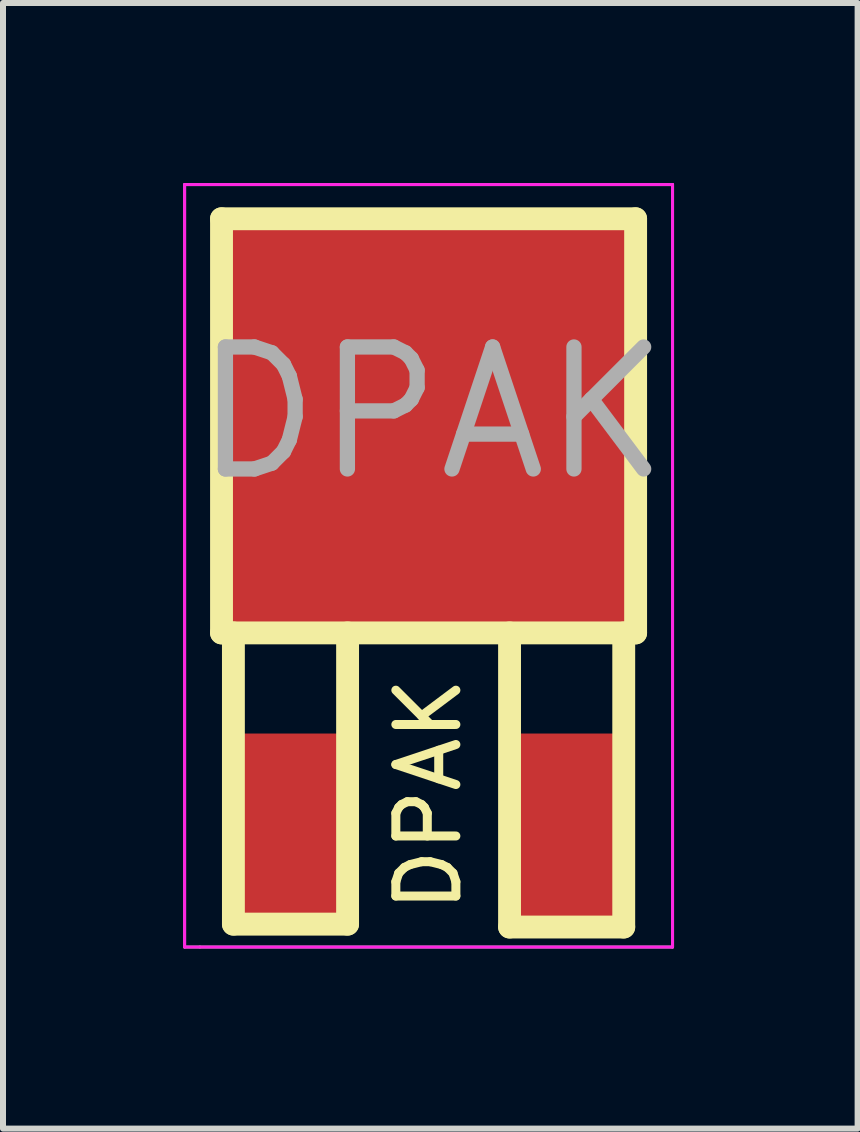
<source format=kicad_pcb>
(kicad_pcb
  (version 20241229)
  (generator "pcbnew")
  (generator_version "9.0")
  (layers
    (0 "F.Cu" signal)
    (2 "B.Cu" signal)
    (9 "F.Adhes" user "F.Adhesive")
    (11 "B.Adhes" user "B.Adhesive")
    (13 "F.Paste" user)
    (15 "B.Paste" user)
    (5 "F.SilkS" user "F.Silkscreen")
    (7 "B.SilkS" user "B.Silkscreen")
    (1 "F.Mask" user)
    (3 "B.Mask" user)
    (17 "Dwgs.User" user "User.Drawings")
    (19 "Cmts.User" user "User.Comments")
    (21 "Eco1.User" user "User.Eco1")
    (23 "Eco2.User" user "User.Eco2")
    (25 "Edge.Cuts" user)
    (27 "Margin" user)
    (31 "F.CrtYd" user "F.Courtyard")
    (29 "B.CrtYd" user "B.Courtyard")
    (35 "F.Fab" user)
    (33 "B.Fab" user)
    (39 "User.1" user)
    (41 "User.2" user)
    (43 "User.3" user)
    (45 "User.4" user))
  (footprint "DPAK"
    (layer "F.Cu")
    (at 4.089 10.693)
    (property "Reference" "DPAK" (at 0.051 -6.858 0) (layer "F.Fab") (effects (font (size 2.032 2.032) (thickness 0.254))))
    (attr smd)
    (fp_line (start -3.449 -10.099) (end 3.449 -10.099) (stroke (width 0.381) (type solid)) (layer "F.SilkS"))
    (fp_line (start -3.449 -3.2) (end -3.449 -10.099) (stroke (width 0.381) (type solid)) (layer "F.SilkS"))
    (fp_line (start -3.251 1.651) (end -3.251 -3.2) (stroke (width 0.381) (type solid)) (layer "F.SilkS"))
    (fp_line (start -3.251 1.651) (end -1.349 1.651) (stroke (width 0.381) (type solid)) (layer "F.SilkS"))
    (fp_line (start -1.349 1.651) (end -1.349 -3.2) (stroke (width 0.381) (type solid)) (layer "F.SilkS"))
    (fp_line (start 1.349 1.699) (end 1.349 -3.2) (stroke (width 0.381) (type solid)) (layer "F.SilkS"))
    (fp_line (start 1.349 1.699) (end 3.251 1.699) (stroke (width 0.381) (type solid)) (layer "F.SilkS"))
    (fp_line (start 3.251 1.699) (end 3.251 -3.2) (stroke (width 0.381) (type solid)) (layer "F.SilkS"))
    (fp_line (start 3.449 -10.099) (end 3.449 -3.2) (stroke (width 0.381) (type solid)) (layer "F.SilkS"))
    (fp_line (start 3.449 -3.2) (end -3.449 -3.2) (stroke (width 0.381) (type solid)) (layer "F.SilkS"))
    (fp_line (start -4.064 -10.668) (end 4.064 -10.668) (stroke (width 0.05) (type solid)) (layer "F.CrtYd"))
    (fp_line (start -4.064 2.032) (end -4.064 -10.668) (stroke (width 0.05) (type solid)) (layer "F.CrtYd"))
    (fp_line (start 4.064 -10.668) (end 4.064 2.032) (stroke (width 0.05) (type solid)) (layer "F.CrtYd"))
    (fp_line (start 4.064 2.032) (end -4.064 2.032) (stroke (width 0.05) (type solid)) (layer "F.CrtYd"))
    (fp_line (start -4.064 -10.668) (end 4.064 -10.668) (stroke (width 0.05) (type solid)) (layer "F.Fab"))
    (fp_line (start -4.064 2.032) (end -4.064 -10.668) (stroke (width 0.05) (type solid)) (layer "F.Fab"))
    (fp_line (start -3.81 2.032) (end -4.064 2.032) (stroke (width 0.05) (type solid)) (layer "F.Fab"))
    (fp_line (start 4.064 -10.668) (end 4.064 2.032) (stroke (width 0.05) (type solid)) (layer "F.Fab"))
    (fp_line (start 4.064 2.032) (end -3.81 2.032) (stroke (width 0.05) (type solid)) (layer "F.Fab"))
    (fp_text user "${REFERENCE}" (at 0 -0.508 90) (layer "F.SilkS") (effects (font (size 1 1) (thickness 0.15))))
    (pad "1" smd rect (at -2.301 0) (size 1.651 3.048) (layers "F.Cu" "F.Mask" "F.Paste"))
    (pad "2" smd rect (at 0 -6.65) (size 6.701 6.701) (layers "F.Cu" "F.Mask" "F.Paste"))
    (pad "3" smd rect (at 2.301 0) (size 1.651 3.048) (layers "F.Cu" "F.Mask" "F.Paste")))
  (gr_rect
    (start -3 -3)
    (end 11.236 15.75)
    (stroke (width 0.1) (type default))
    (fill no)
    (layer "Edge.Cuts")))
</source>
